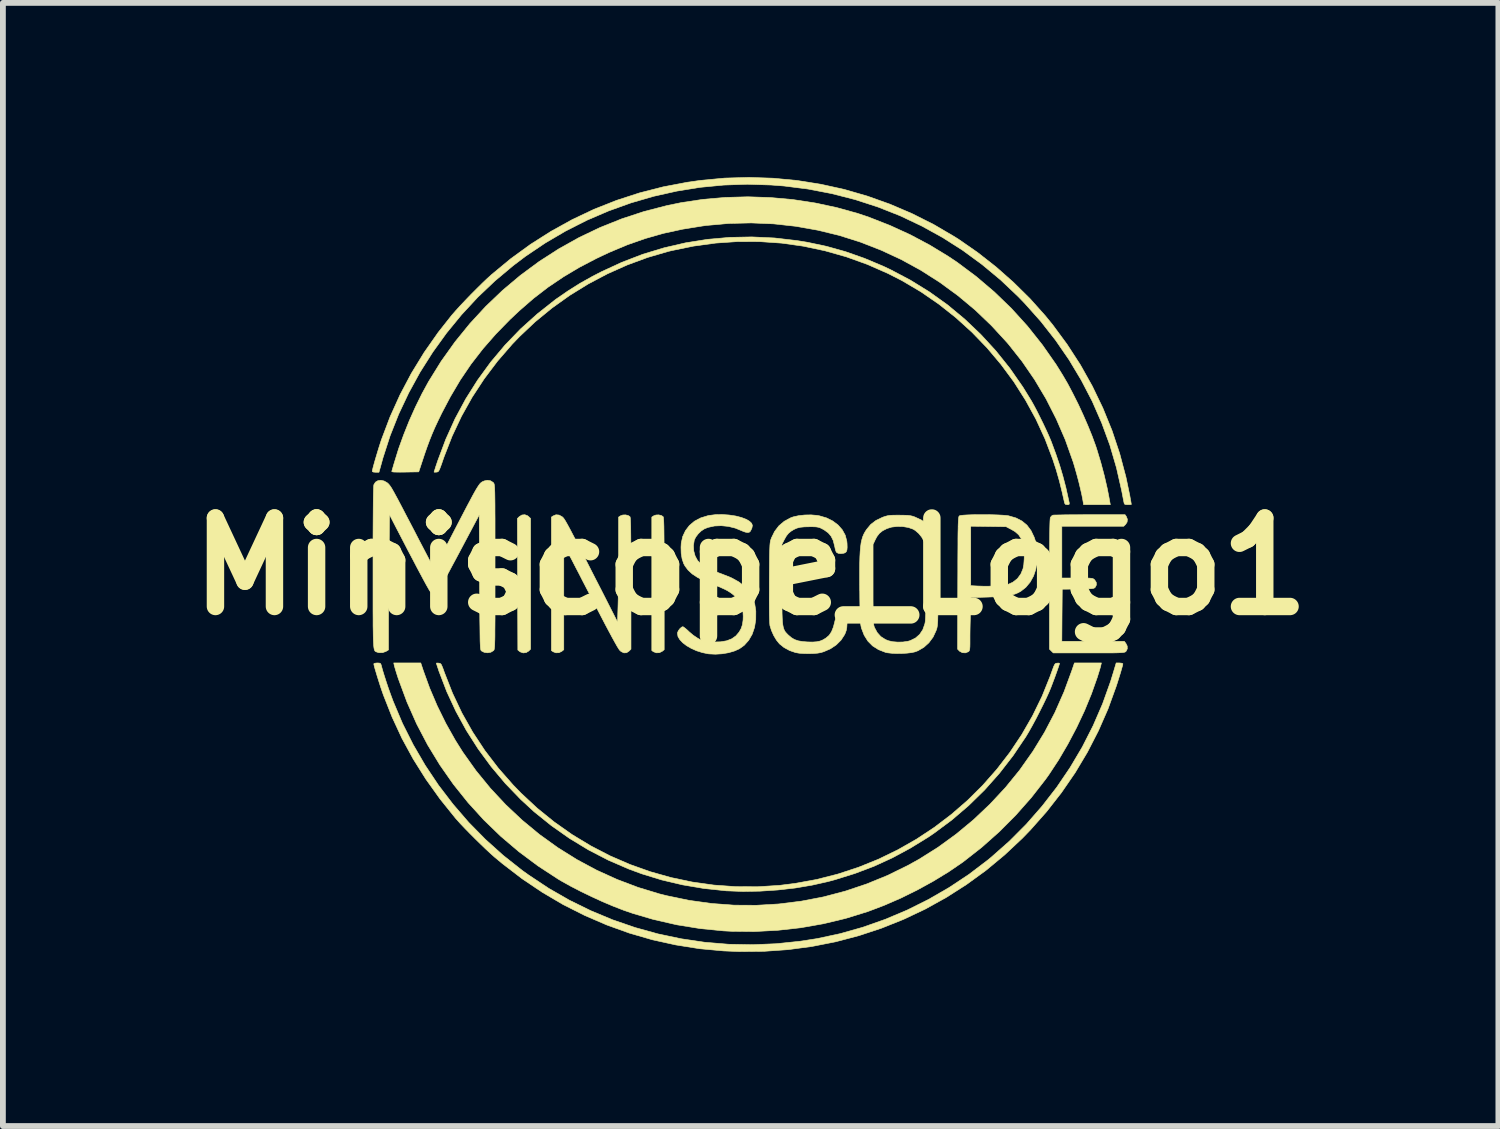
<source format=kicad_pcb>
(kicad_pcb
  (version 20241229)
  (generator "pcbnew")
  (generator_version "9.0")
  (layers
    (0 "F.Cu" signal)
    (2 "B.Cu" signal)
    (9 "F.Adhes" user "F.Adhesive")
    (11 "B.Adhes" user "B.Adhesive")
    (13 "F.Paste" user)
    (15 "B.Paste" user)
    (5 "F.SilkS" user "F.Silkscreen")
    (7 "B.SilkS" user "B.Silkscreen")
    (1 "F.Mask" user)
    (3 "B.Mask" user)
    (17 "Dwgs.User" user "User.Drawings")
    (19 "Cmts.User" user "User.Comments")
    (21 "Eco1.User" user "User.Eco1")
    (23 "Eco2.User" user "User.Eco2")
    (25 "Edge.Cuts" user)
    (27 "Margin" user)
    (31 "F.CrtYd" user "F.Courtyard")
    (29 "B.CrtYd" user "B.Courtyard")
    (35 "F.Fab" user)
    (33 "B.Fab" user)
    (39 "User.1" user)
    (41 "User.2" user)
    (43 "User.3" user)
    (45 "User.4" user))
  (footprint "Miniscope_Logo1"
    (layer "F.Cu")
    (at 9.877 6.705)
    (property "Reference" "Miniscope_Logo1" (at 0 0 0) (layer "F.SilkS") (effects (font (size 1.524 1.524) (thickness 0.3))))
    (attr through_hole)
    (fp_poly (pts (xy -3.841 -0.873) (xy -3.823 -0.858) (xy -3.79 -0.826) (xy -3.79 1.424) (xy -3.823 1.457) (xy -3.866 1.483) (xy -3.917 1.489) (xy -3.966 1.472) (xy -3.978 1.464) (xy -4.009 1.439) (xy -4.013 0.307) (xy -4.017 -0.825) (xy -3.984 -0.858) (xy -3.939 -0.886) (xy -3.889 -0.891) (xy -3.841 -0.873)) (stroke (width 0.01) (type solid)) (fill yes) (layer "F.SilkS"))
    (fp_poly (pts (xy -1.539 -0.878) (xy -1.509 -0.859) (xy -1.507 -0.856) (xy -1.503 -0.847) (xy -1.501 -0.828) (xy -1.498 -0.797) (xy -1.496 -0.753) (xy -1.494 -0.694) (xy -1.493 -0.62) (xy -1.492 -0.528) (xy -1.491 -0.417) (xy -1.49 -0.286) (xy -1.49 -0.133) (xy -1.49 0.043) (xy -1.489 0.244) (xy -1.489 0.301) (xy -1.489 1.434) (xy -1.524 1.462) (xy -1.572 1.485) (xy -1.625 1.487) (xy -1.672 1.469) (xy -1.673 1.469) (xy -1.702 1.448) (xy -1.702 -0.85) (xy -1.669 -0.872) (xy -1.63 -0.886) (xy -1.584 -0.888) (xy -1.539 -0.878)) (stroke (width 0.01) (type solid)) (fill yes) (layer "F.SilkS"))
    (fp_poly (pts (xy 6.469 -0.861) (xy 6.488 -0.813) (xy 6.483 -0.764) (xy 6.457 -0.724) (xy 6.424 -0.692) (xy 5.359 -0.692) (xy 5.359 0.199) (xy 5.626 0.199) (xy 5.716 0.2) (xy 5.784 0.2) (xy 5.833 0.201) (xy 5.867 0.204) (xy 5.889 0.208) (xy 5.905 0.215) (xy 5.917 0.224) (xy 5.925 0.232) (xy 5.952 0.275) (xy 5.954 0.319) (xy 5.934 0.358) (xy 5.925 0.367) (xy 5.913 0.374) (xy 5.895 0.379) (xy 5.866 0.383) (xy 5.823 0.385) (xy 5.762 0.387) (xy 5.68 0.388) (xy 5.639 0.389) (xy 5.366 0.392) (xy 5.362 0.841) (xy 5.359 1.29) (xy 6.435 1.29) (xy 6.462 1.325) (xy 6.485 1.371) (xy 6.486 1.419) (xy 6.466 1.459) (xy 6.463 1.463) (xy 6.456 1.469) (xy 6.447 1.474) (xy 6.434 1.478) (xy 6.413 1.482) (xy 6.384 1.484) (xy 6.343 1.486) (xy 6.289 1.488) (xy 6.218 1.489) (xy 6.128 1.489) (xy 6.018 1.489) (xy 5.885 1.489) (xy 5.824 1.489) (xy 5.212 1.489) (xy 5.179 1.457) (xy 5.146 1.424) (xy 5.146 0.307) (xy 5.147 0.088) (xy 5.147 -0.106) (xy 5.148 -0.275) (xy 5.149 -0.421) (xy 5.15 -0.543) (xy 5.151 -0.643) (xy 5.153 -0.722) (xy 5.155 -0.78) (xy 5.158 -0.82) (xy 5.161 -0.84) (xy 5.161 -0.843) (xy 5.183 -0.87) (xy 5.205 -0.883) (xy 5.223 -0.885) (xy 5.266 -0.886) (xy 5.33 -0.887) (xy 5.411 -0.889) (xy 5.509 -0.89) (xy 5.618 -0.89) (xy 5.738 -0.891) (xy 5.841 -0.891) (xy 6.448 -0.891) (xy 6.469 -0.861)) (stroke (width 0.01) (type solid)) (fill yes) (layer "F.SilkS"))
    (fp_poly (pts (xy -3.299 -0.885) (xy -3.246 -0.856) (xy -3.24 -0.851) (xy -3.233 -0.844) (xy -3.224 -0.835) (xy -3.215 -0.823) (xy -3.204 -0.806) (xy -3.19 -0.784) (xy -3.173 -0.754) (xy -3.152 -0.717) (xy -3.126 -0.669) (xy -3.095 -0.611) (xy -3.058 -0.54) (xy -3.014 -0.456) (xy -2.963 -0.357) (xy -2.904 -0.242) (xy -2.836 -0.11) (xy -2.759 0.042) (xy -2.672 0.213) (xy -2.573 0.405) (xy -2.483 0.582) (xy -2.292 0.958) (xy -2.283 0.656) (xy -2.281 0.576) (xy -2.279 0.474) (xy -2.278 0.356) (xy -2.276 0.224) (xy -2.275 0.085) (xy -2.274 -0.057) (xy -2.274 -0.197) (xy -2.274 -0.248) (xy -2.274 -0.85) (xy -2.241 -0.872) (xy -2.202 -0.886) (xy -2.156 -0.888) (xy -2.111 -0.878) (xy -2.08 -0.859) (xy -2.078 -0.856) (xy -2.075 -0.847) (xy -2.072 -0.828) (xy -2.07 -0.797) (xy -2.068 -0.753) (xy -2.066 -0.694) (xy -2.065 -0.62) (xy -2.064 -0.528) (xy -2.063 -0.417) (xy -2.062 -0.286) (xy -2.062 -0.132) (xy -2.061 0.044) (xy -2.061 0.245) (xy -2.061 0.296) (xy -2.061 1.424) (xy -2.094 1.457) (xy -2.137 1.486) (xy -2.183 1.488) (xy -2.231 1.465) (xy -2.258 1.44) (xy -2.274 1.416) (xy -2.302 1.371) (xy -2.339 1.305) (xy -2.386 1.22) (xy -2.44 1.119) (xy -2.503 1.001) (xy -2.571 0.87) (xy -2.629 0.758) (xy -2.697 0.628) (xy -2.764 0.496) (xy -2.831 0.367) (xy -2.895 0.244) (xy -2.953 0.13) (xy -3.006 0.029) (xy -3.05 -0.056) (xy -3.083 -0.121) (xy -3.086 -0.126) (xy -3.218 -0.379) (xy -3.218 0.528) (xy -3.218 1.434) (xy -3.253 1.462) (xy -3.301 1.485) (xy -3.354 1.487) (xy -3.401 1.469) (xy -3.401 1.469) (xy -3.431 1.448) (xy -3.431 -0.85) (xy -3.401 -0.87) (xy -3.352 -0.89) (xy -3.299 -0.885)) (stroke (width 0.01) (type solid)) (fill yes) (layer "F.SilkS"))
    (fp_poly (pts (xy 4.079 -0.892) (xy 4.172 -0.89) (xy 4.26 -0.887) (xy 4.337 -0.883) (xy 4.4 -0.878) (xy 4.444 -0.872) (xy 4.446 -0.871) (xy 4.57 -0.835) (xy 4.674 -0.781) (xy 4.759 -0.71) (xy 4.828 -0.618) (xy 4.882 -0.505) (xy 4.902 -0.445) (xy 4.913 -0.391) (xy 4.921 -0.317) (xy 4.926 -0.232) (xy 4.927 -0.144) (xy 4.924 -0.06) (xy 4.917 0.011) (xy 4.911 0.049) (xy 4.872 0.164) (xy 4.814 0.269) (xy 4.739 0.359) (xy 4.658 0.423) (xy 4.61 0.451) (xy 4.558 0.473) (xy 4.5 0.491) (xy 4.431 0.504) (xy 4.347 0.514) (xy 4.245 0.521) (xy 4.121 0.526) (xy 4.096 0.527) (xy 3.794 0.536) (xy 3.785 0.795) (xy 3.783 0.894) (xy 3.78 1) (xy 3.778 1.105) (xy 3.777 1.199) (xy 3.777 1.251) (xy 3.777 1.328) (xy 3.776 1.382) (xy 3.773 1.418) (xy 3.769 1.441) (xy 3.762 1.456) (xy 3.752 1.466) (xy 3.747 1.469) (xy 3.699 1.488) (xy 3.647 1.485) (xy 3.602 1.462) (xy 3.596 1.457) (xy 3.564 1.424) (xy 3.567 0.331) (xy 3.79 0.331) (xy 3.906 0.337) (xy 4.001 0.34) (xy 4.099 0.34) (xy 4.193 0.337) (xy 4.279 0.333) (xy 4.352 0.326) (xy 4.405 0.318) (xy 4.42 0.314) (xy 4.515 0.272) (xy 4.594 0.21) (xy 4.653 0.13) (xy 4.69 0.041) (xy 4.704 -0.032) (xy 4.711 -0.129) (xy 4.712 -0.18) (xy 4.707 -0.3) (xy 4.69 -0.399) (xy 4.659 -0.48) (xy 4.614 -0.547) (xy 4.552 -0.601) (xy 4.489 -0.638) (xy 4.398 -0.685) (xy 4.094 -0.689) (xy 3.79 -0.693) (xy 3.79 0.331) (xy 3.567 0.331) (xy 3.567 0.285) (xy 3.568 0.085) (xy 3.568 -0.09) (xy 3.569 -0.242) (xy 3.57 -0.373) (xy 3.57 -0.484) (xy 3.571 -0.576) (xy 3.573 -0.652) (xy 3.574 -0.714) (xy 3.576 -0.762) (xy 3.578 -0.798) (xy 3.58 -0.825) (xy 3.583 -0.844) (xy 3.586 -0.857) (xy 3.589 -0.865) (xy 3.594 -0.87) (xy 3.596 -0.872) (xy 3.618 -0.878) (xy 3.663 -0.883) (xy 3.726 -0.887) (xy 3.803 -0.89) (xy 3.89 -0.892) (xy 3.983 -0.892) (xy 4.079 -0.892)) (stroke (width 0.01) (type solid)) (fill yes) (layer "F.SilkS"))
    (fp_poly (pts (xy -5.638 1.792) (xy -5.528 2.095) (xy -5.397 2.402) (xy -5.249 2.703) (xy -5.086 2.993) (xy -4.957 3.198) (xy -4.73 3.517) (xy -4.483 3.819) (xy -4.218 4.103) (xy -3.935 4.369) (xy -3.636 4.616) (xy -3.322 4.842) (xy -2.994 5.047) (xy -2.653 5.23) (xy -2.301 5.39) (xy -1.939 5.527) (xy -1.567 5.64) (xy -1.446 5.67) (xy -1.062 5.75) (xy -0.674 5.804) (xy -0.286 5.833) (xy 0.103 5.835) (xy 0.489 5.812) (xy 0.873 5.764) (xy 1.253 5.691) (xy 1.628 5.592) (xy 1.995 5.469) (xy 2.355 5.322) (xy 2.706 5.15) (xy 2.899 5.043) (xy 3.225 4.838) (xy 3.539 4.61) (xy 3.838 4.362) (xy 4.121 4.094) (xy 4.386 3.81) (xy 4.629 3.512) (xy 4.64 3.497) (xy 4.862 3.182) (xy 5.062 2.855) (xy 5.24 2.515) (xy 5.397 2.159) (xy 5.532 1.792) (xy 5.576 1.662) (xy 6.04 1.662) (xy 6.03 1.706) (xy 6.023 1.735) (xy 6.009 1.783) (xy 5.99 1.843) (xy 5.97 1.909) (xy 5.969 1.911) (xy 5.869 2.194) (xy 5.75 2.484) (xy 5.613 2.775) (xy 5.463 3.059) (xy 5.303 3.332) (xy 5.135 3.587) (xy 5.077 3.668) (xy 4.832 3.982) (xy 4.565 4.284) (xy 4.28 4.57) (xy 3.978 4.838) (xy 3.664 5.084) (xy 3.655 5.091) (xy 3.411 5.258) (xy 3.147 5.419) (xy 2.869 5.572) (xy 2.583 5.713) (xy 2.295 5.838) (xy 2.012 5.945) (xy 2.008 5.946) (xy 1.636 6.061) (xy 1.253 6.153) (xy 0.861 6.222) (xy 0.465 6.266) (xy 0.068 6.287) (xy -0.328 6.283) (xy -0.465 6.276) (xy -0.869 6.236) (xy -1.272 6.171) (xy -1.674 6.079) (xy -2.028 5.975) (xy -2.188 5.92) (xy -2.363 5.852) (xy -2.548 5.774) (xy -2.735 5.688) (xy -2.92 5.599) (xy -3.096 5.508) (xy -3.256 5.419) (xy -3.315 5.384) (xy -3.661 5.158) (xy -3.99 4.913) (xy -4.301 4.649) (xy -4.594 4.366) (xy -4.867 4.066) (xy -5.12 3.75) (xy -5.352 3.418) (xy -5.563 3.072) (xy -5.752 2.711) (xy -5.918 2.336) (xy -6.061 1.95) (xy -6.069 1.928) (xy -6.091 1.86) (xy -6.111 1.796) (xy -6.126 1.745) (xy -6.136 1.711) (xy -6.137 1.706) (xy -6.146 1.662) (xy -5.681 1.662) (xy -5.638 1.792)) (stroke (width 0.01) (type solid)) (fill yes) (layer "F.SilkS"))
    (fp_poly (pts (xy -5.373 1.665) (xy -5.371 1.665) (xy -5.353 1.668) (xy -5.34 1.675) (xy -5.327 1.69) (xy -5.314 1.719) (xy -5.296 1.764) (xy -5.273 1.829) (xy -5.134 2.183) (xy -4.972 2.525) (xy -4.786 2.854) (xy -4.577 3.171) (xy -4.345 3.474) (xy -4.09 3.764) (xy -3.955 3.903) (xy -3.676 4.163) (xy -3.382 4.401) (xy -3.074 4.618) (xy -2.753 4.812) (xy -2.421 4.984) (xy -2.079 5.132) (xy -1.728 5.257) (xy -1.369 5.358) (xy -1.004 5.435) (xy -0.633 5.487) (xy -0.258 5.514) (xy 0.119 5.516) (xy 0.498 5.492) (xy 0.768 5.458) (xy 1.14 5.39) (xy 1.504 5.297) (xy 1.859 5.18) (xy 2.203 5.041) (xy 2.536 4.879) (xy 2.857 4.696) (xy 3.164 4.493) (xy 3.457 4.27) (xy 3.735 4.029) (xy 3.996 3.77) (xy 4.24 3.493) (xy 4.465 3.201) (xy 4.67 2.894) (xy 4.855 2.572) (xy 5.019 2.236) (xy 5.159 1.888) (xy 5.18 1.829) (xy 5.204 1.763) (xy 5.221 1.718) (xy 5.235 1.69) (xy 5.247 1.674) (xy 5.261 1.668) (xy 5.278 1.665) (xy 5.306 1.664) (xy 5.319 1.668) (xy 5.319 1.669) (xy 5.315 1.686) (xy 5.303 1.723) (xy 5.285 1.776) (xy 5.262 1.84) (xy 5.237 1.91) (xy 5.21 1.981) (xy 5.184 2.05) (xy 5.173 2.079) (xy 5.138 2.164) (xy 5.091 2.267) (xy 5.036 2.381) (xy 4.976 2.501) (xy 4.914 2.622) (xy 4.852 2.737) (xy 4.793 2.842) (xy 4.74 2.931) (xy 4.738 2.934) (xy 4.52 3.257) (xy 4.283 3.563) (xy 4.027 3.851) (xy 3.753 4.119) (xy 3.463 4.367) (xy 3.156 4.595) (xy 3.059 4.661) (xy 2.75 4.851) (xy 2.44 5.018) (xy 2.124 5.163) (xy 1.796 5.287) (xy 1.453 5.394) (xy 1.331 5.427) (xy 1.055 5.489) (xy 0.764 5.538) (xy 0.463 5.572) (xy 0.16 5.592) (xy -0.137 5.597) (xy -0.422 5.586) (xy -0.439 5.584) (xy -0.808 5.545) (xy -1.173 5.483) (xy -1.53 5.399) (xy -1.875 5.293) (xy -2.095 5.212) (xy -2.449 5.059) (xy -2.791 4.882) (xy -3.119 4.683) (xy -3.433 4.462) (xy -3.731 4.222) (xy -3.961 4.01) (xy -4.225 3.736) (xy -4.469 3.446) (xy -4.693 3.141) (xy -4.896 2.823) (xy -5.076 2.494) (xy -5.233 2.156) (xy -5.365 1.811) (xy -5.368 1.803) (xy -5.386 1.748) (xy -5.401 1.703) (xy -5.41 1.674) (xy -5.412 1.665) (xy -5.401 1.663) (xy -5.373 1.665)) (stroke (width 0.01) (type solid)) (fill yes) (layer "F.SilkS"))
    (fp_poly (pts (xy 0.407 -5.657) (xy 0.796 -5.612) (xy 0.971 -5.584) (xy 1.306 -5.513) (xy 1.634 -5.421) (xy 1.958 -5.307) (xy 2.284 -5.17) (xy 2.407 -5.112) (xy 2.75 -4.931) (xy 3.077 -4.729) (xy 3.389 -4.506) (xy 3.683 -4.262) (xy 3.961 -3.998) (xy 4.221 -3.715) (xy 4.464 -3.412) (xy 4.688 -3.09) (xy 4.834 -2.853) (xy 4.878 -2.774) (xy 4.928 -2.68) (xy 4.981 -2.574) (xy 5.035 -2.465) (xy 5.086 -2.357) (xy 5.131 -2.258) (xy 5.168 -2.172) (xy 5.18 -2.141) (xy 5.256 -1.936) (xy 5.321 -1.744) (xy 5.377 -1.555) (xy 5.428 -1.36) (xy 5.475 -1.149) (xy 5.487 -1.094) (xy 5.487 -1.073) (xy 5.472 -1.065) (xy 5.453 -1.064) (xy 5.422 -1.069) (xy 5.408 -1.089) (xy 5.406 -1.094) (xy 5.401 -1.118) (xy 5.391 -1.162) (xy 5.378 -1.219) (xy 5.365 -1.277) (xy 5.318 -1.468) (xy 5.261 -1.668) (xy 5.202 -1.848) (xy 5.069 -2.198) (xy 4.913 -2.537) (xy 4.733 -2.865) (xy 4.533 -3.18) (xy 4.311 -3.48) (xy 4.07 -3.766) (xy 3.81 -4.035) (xy 3.533 -4.286) (xy 3.24 -4.518) (xy 2.932 -4.73) (xy 2.609 -4.921) (xy 2.364 -5.046) (xy 2.009 -5.202) (xy 1.648 -5.332) (xy 1.281 -5.436) (xy 0.91 -5.515) (xy 0.535 -5.568) (xy 0.157 -5.594) (xy -0.222 -5.595) (xy -0.602 -5.569) (xy -0.982 -5.517) (xy -1.361 -5.439) (xy -1.42 -5.425) (xy -1.776 -5.321) (xy -2.126 -5.192) (xy -2.468 -5.039) (xy -2.799 -4.864) (xy -3.118 -4.667) (xy -3.423 -4.449) (xy -3.712 -4.212) (xy -3.982 -3.957) (xy -4.104 -3.83) (xy -4.359 -3.536) (xy -4.589 -3.231) (xy -4.796 -2.915) (xy -4.98 -2.586) (xy -5.141 -2.244) (xy -5.28 -1.888) (xy -5.294 -1.848) (xy -5.321 -1.769) (xy -5.342 -1.712) (xy -5.357 -1.673) (xy -5.37 -1.648) (xy -5.381 -1.634) (xy -5.393 -1.628) (xy -5.408 -1.625) (xy -5.411 -1.625) (xy -5.439 -1.623) (xy -5.452 -1.625) (xy -5.452 -1.625) (xy -5.448 -1.639) (xy -5.437 -1.673) (xy -5.421 -1.724) (xy -5.4 -1.786) (xy -5.388 -1.822) (xy -5.25 -2.19) (xy -5.09 -2.544) (xy -4.907 -2.884) (xy -4.702 -3.209) (xy -4.477 -3.518) (xy -4.23 -3.812) (xy -3.963 -4.089) (xy -3.675 -4.348) (xy -3.369 -4.59) (xy -3.349 -4.605) (xy -3.147 -4.744) (xy -2.941 -4.874) (xy -2.72 -4.998) (xy -2.57 -5.075) (xy -2.217 -5.238) (xy -1.858 -5.376) (xy -1.492 -5.487) (xy -1.121 -5.573) (xy -0.744 -5.633) (xy -0.364 -5.667) (xy 0.02 -5.675) (xy 0.407 -5.657)) (stroke (width 0.01) (type solid)) (fill yes) (layer "F.SilkS"))
    (fp_poly (pts (xy -0.372 -0.886) (xy -0.259 -0.869) (xy -0.158 -0.843) (xy -0.072 -0.81) (xy -0.018 -0.777) (xy 0.017 -0.743) (xy 0.03 -0.707) (xy 0.022 -0.662) (xy 0.012 -0.64) (xy -0.006 -0.605) (xy -0.025 -0.589) (xy -0.052 -0.585) (xy -0.053 -0.585) (xy -0.091 -0.591) (xy -0.135 -0.607) (xy -0.149 -0.613) (xy -0.263 -0.66) (xy -0.384 -0.69) (xy -0.506 -0.702) (xy -0.624 -0.697) (xy -0.733 -0.673) (xy -0.796 -0.648) (xy -0.851 -0.612) (xy -0.902 -0.563) (xy -0.944 -0.508) (xy -0.97 -0.457) (xy -0.971 -0.454) (xy -0.985 -0.36) (xy -0.98 -0.267) (xy -0.956 -0.18) (xy -0.915 -0.104) (xy -0.869 -0.055) (xy -0.817 -0.018) (xy -0.745 0.022) (xy -0.659 0.064) (xy -0.563 0.105) (xy -0.485 0.134) (xy -0.335 0.194) (xy -0.208 0.263) (xy -0.106 0.341) (xy -0.026 0.429) (xy 0.032 0.529) (xy 0.07 0.641) (xy 0.089 0.767) (xy 0.089 0.771) (xy 0.088 0.916) (xy 0.067 1.049) (xy 0.026 1.168) (xy -0.034 1.272) (xy -0.111 1.358) (xy -0.193 1.417) (xy -0.277 1.455) (xy -0.379 1.485) (xy -0.49 1.504) (xy -0.605 1.511) (xy -0.714 1.506) (xy -0.732 1.504) (xy -0.833 1.483) (xy -0.931 1.452) (xy -1.021 1.412) (xy -1.101 1.366) (xy -1.168 1.315) (xy -1.219 1.261) (xy -1.251 1.208) (xy -1.26 1.155) (xy -1.258 1.136) (xy -1.242 1.103) (xy -1.217 1.07) (xy -1.188 1.045) (xy -1.167 1.037) (xy -1.151 1.046) (xy -1.121 1.069) (xy -1.082 1.103) (xy -1.063 1.122) (xy -0.99 1.184) (xy -0.914 1.235) (xy -0.884 1.251) (xy -0.841 1.272) (xy -0.804 1.285) (xy -0.767 1.293) (xy -0.72 1.298) (xy -0.657 1.301) (xy -0.643 1.301) (xy -0.518 1.298) (xy -0.412 1.28) (xy -0.325 1.246) (xy -0.254 1.196) (xy -0.198 1.13) (xy -0.163 1.068) (xy -0.141 1.001) (xy -0.13 0.922) (xy -0.128 0.858) (xy -0.133 0.762) (xy -0.15 0.683) (xy -0.184 0.614) (xy -0.235 0.548) (xy -0.258 0.524) (xy -0.302 0.484) (xy -0.349 0.449) (xy -0.403 0.415) (xy -0.47 0.382) (xy -0.553 0.346) (xy -0.657 0.306) (xy -0.665 0.303) (xy -0.803 0.246) (xy -0.916 0.188) (xy -1.007 0.128) (xy -1.078 0.062) (xy -1.131 -0.009) (xy -1.153 -0.049) (xy -1.18 -0.129) (xy -1.196 -0.226) (xy -1.199 -0.332) (xy -1.195 -0.402) (xy -1.17 -0.515) (xy -1.122 -0.617) (xy -1.054 -0.706) (xy -0.966 -0.78) (xy -0.86 -0.836) (xy -0.74 -0.873) (xy -0.717 -0.878) (xy -0.606 -0.892) (xy -0.489 -0.894) (xy -0.372 -0.886)) (stroke (width 0.01) (type solid)) (fill yes) (layer "F.SilkS"))
    (fp_poly (pts (xy 0.341 -6.353) (xy 0.728 -6.318) (xy 1.109 -6.26) (xy 1.483 -6.18) (xy 1.846 -6.079) (xy 2.041 -6.013) (xy 2.398 -5.873) (xy 2.746 -5.714) (xy 3.081 -5.536) (xy 3.399 -5.343) (xy 3.552 -5.241) (xy 3.883 -4.994) (xy 4.196 -4.728) (xy 4.491 -4.443) (xy 4.767 -4.139) (xy 5.023 -3.817) (xy 5.26 -3.478) (xy 5.37 -3.301) (xy 5.459 -3.149) (xy 5.549 -2.978) (xy 5.64 -2.797) (xy 5.727 -2.609) (xy 5.808 -2.423) (xy 5.881 -2.243) (xy 5.942 -2.076) (xy 5.962 -2.015) (xy 6.03 -1.79) (xy 6.09 -1.565) (xy 6.14 -1.348) (xy 6.169 -1.201) (xy 6.194 -1.064) (xy 5.734 -1.064) (xy 5.719 -1.154) (xy 5.702 -1.24) (xy 5.678 -1.345) (xy 5.65 -1.461) (xy 5.618 -1.581) (xy 5.585 -1.698) (xy 5.553 -1.805) (xy 5.55 -1.812) (xy 5.419 -2.181) (xy 5.264 -2.539) (xy 5.088 -2.885) (xy 4.891 -3.216) (xy 4.674 -3.532) (xy 4.438 -3.83) (xy 4.415 -3.857) (xy 4.148 -4.147) (xy 3.865 -4.418) (xy 3.566 -4.667) (xy 3.254 -4.895) (xy 2.929 -5.102) (xy 2.593 -5.286) (xy 2.246 -5.447) (xy 1.89 -5.586) (xy 1.526 -5.701) (xy 1.155 -5.791) (xy 0.778 -5.858) (xy 0.396 -5.9) (xy 0.01 -5.916) (xy -0.378 -5.907) (xy -0.768 -5.872) (xy -0.831 -5.863) (xy -1.173 -5.808) (xy -1.5 -5.737) (xy -1.816 -5.647) (xy -2.127 -5.538) (xy -2.439 -5.407) (xy -2.653 -5.306) (xy -2.95 -5.151) (xy -3.225 -4.987) (xy -3.486 -4.811) (xy -3.736 -4.619) (xy -3.981 -4.406) (xy -4.141 -4.256) (xy -4.388 -4.003) (xy -4.611 -3.748) (xy -4.814 -3.486) (xy -5 -3.212) (xy -5.171 -2.923) (xy -5.32 -2.64) (xy -5.385 -2.506) (xy -5.44 -2.388) (xy -5.487 -2.279) (xy -5.53 -2.171) (xy -5.572 -2.058) (xy -5.616 -1.932) (xy -5.639 -1.862) (xy -5.716 -1.629) (xy -5.951 -1.625) (xy -6.039 -1.624) (xy -6.102 -1.625) (xy -6.145 -1.626) (xy -6.17 -1.63) (xy -6.18 -1.635) (xy -6.18 -1.639) (xy -6.174 -1.658) (xy -6.163 -1.697) (xy -6.148 -1.749) (xy -6.132 -1.802) (xy -6.062 -2.028) (xy -5.976 -2.266) (xy -5.879 -2.509) (xy -5.772 -2.748) (xy -5.659 -2.977) (xy -5.546 -3.184) (xy -5.329 -3.534) (xy -5.092 -3.866) (xy -4.836 -4.181) (xy -4.563 -4.477) (xy -4.272 -4.755) (xy -3.965 -5.013) (xy -3.643 -5.251) (xy -3.306 -5.468) (xy -2.957 -5.663) (xy -2.595 -5.836) (xy -2.221 -5.986) (xy -1.838 -6.112) (xy -1.444 -6.214) (xy -1.197 -6.265) (xy -0.82 -6.322) (xy -0.436 -6.355) (xy -0.048 -6.366) (xy 0.341 -6.353)) (stroke (width 0.01) (type solid)) (fill yes) (layer "F.SilkS"))
    (fp_poly (pts (xy 6.39 1.666) (xy 6.409 1.674) (xy 6.41 1.677) (xy 6.406 1.701) (xy 6.393 1.748) (xy 6.374 1.814) (xy 6.348 1.899) (xy 6.317 1.998) (xy 6.294 2.068) (xy 6.154 2.454) (xy 5.989 2.83) (xy 5.801 3.196) (xy 5.589 3.551) (xy 5.354 3.893) (xy 5.098 4.221) (xy 4.821 4.534) (xy 4.68 4.68) (xy 4.373 4.968) (xy 4.051 5.235) (xy 3.715 5.479) (xy 3.367 5.701) (xy 3.006 5.901) (xy 2.634 6.077) (xy 2.252 6.23) (xy 1.861 6.359) (xy 1.462 6.464) (xy 1.056 6.544) (xy 0.644 6.599) (xy 0.227 6.628) (xy -0.194 6.632) (xy -0.465 6.621) (xy -0.879 6.583) (xy -1.288 6.518) (xy -1.692 6.429) (xy -2.089 6.314) (xy -2.478 6.174) (xy -2.858 6.01) (xy -3.229 5.823) (xy -3.589 5.611) (xy -3.937 5.377) (xy -4.272 5.12) (xy -4.415 5.001) (xy -4.483 4.94) (xy -4.563 4.866) (xy -4.651 4.781) (xy -4.743 4.691) (xy -4.834 4.6) (xy -4.92 4.512) (xy -4.997 4.431) (xy -5.06 4.361) (xy -5.083 4.335) (xy -5.35 4.003) (xy -5.593 3.663) (xy -5.811 3.316) (xy -6.005 2.96) (xy -6.175 2.593) (xy -6.324 2.215) (xy -6.352 2.135) (xy -6.378 2.057) (xy -6.404 1.976) (xy -6.429 1.897) (xy -6.451 1.823) (xy -6.47 1.76) (xy -6.483 1.711) (xy -6.489 1.682) (xy -6.49 1.677) (xy -6.478 1.668) (xy -6.446 1.663) (xy -6.43 1.662) (xy -6.393 1.664) (xy -6.374 1.672) (xy -6.363 1.695) (xy -6.357 1.719) (xy -6.336 1.795) (xy -6.307 1.889) (xy -6.273 1.995) (xy -6.236 2.105) (xy -6.197 2.213) (xy -6.16 2.313) (xy -6.157 2.321) (xy -5.997 2.7) (xy -5.812 3.068) (xy -5.605 3.424) (xy -5.376 3.767) (xy -5.126 4.094) (xy -4.857 4.406) (xy -4.568 4.7) (xy -4.261 4.976) (xy -3.936 5.233) (xy -3.823 5.314) (xy -3.478 5.543) (xy -3.121 5.748) (xy -2.752 5.929) (xy -2.375 6.086) (xy -1.988 6.219) (xy -1.595 6.328) (xy -1.195 6.412) (xy -0.79 6.472) (xy -0.382 6.506) (xy 0.029 6.514) (xy 0.442 6.497) (xy 0.855 6.454) (xy 1.144 6.409) (xy 1.541 6.324) (xy 1.933 6.213) (xy 2.318 6.077) (xy 2.695 5.918) (xy 3.062 5.735) (xy 3.417 5.53) (xy 3.758 5.304) (xy 4.083 5.057) (xy 4.145 5.006) (xy 4.456 4.731) (xy 4.748 4.438) (xy 5.02 4.127) (xy 5.272 3.802) (xy 5.503 3.461) (xy 5.712 3.108) (xy 5.898 2.742) (xy 6.061 2.365) (xy 6.199 1.979) (xy 6.24 1.846) (xy 6.295 1.662) (xy 6.353 1.662) (xy 6.39 1.666)) (stroke (width 0.01) (type solid)) (fill yes) (layer "F.SilkS"))
    (fp_poly (pts (xy 0.387 -6.686) (xy 0.799 -6.647) (xy 1.208 -6.582) (xy 1.612 -6.493) (xy 2.009 -6.378) (xy 2.399 -6.239) (xy 2.78 -6.076) (xy 3.15 -5.89) (xy 3.51 -5.679) (xy 3.586 -5.631) (xy 3.91 -5.406) (xy 4.225 -5.159) (xy 4.525 -4.894) (xy 4.809 -4.614) (xy 5.072 -4.32) (xy 5.201 -4.162) (xy 5.451 -3.823) (xy 5.679 -3.471) (xy 5.884 -3.105) (xy 6.065 -2.729) (xy 6.223 -2.341) (xy 6.355 -1.945) (xy 6.463 -1.539) (xy 6.53 -1.218) (xy 6.54 -1.159) (xy 6.549 -1.111) (xy 6.554 -1.079) (xy 6.556 -1.068) (xy 6.544 -1.066) (xy 6.514 -1.064) (xy 6.497 -1.064) (xy 6.459 -1.066) (xy 6.439 -1.074) (xy 6.431 -1.092) (xy 6.431 -1.094) (xy 6.426 -1.118) (xy 6.417 -1.162) (xy 6.406 -1.22) (xy 6.393 -1.287) (xy 6.39 -1.303) (xy 6.3 -1.7) (xy 6.186 -2.09) (xy 6.046 -2.471) (xy 5.883 -2.844) (xy 5.695 -3.206) (xy 5.485 -3.557) (xy 5.252 -3.895) (xy 4.998 -4.219) (xy 4.722 -4.529) (xy 4.609 -4.646) (xy 4.305 -4.934) (xy 3.985 -5.2) (xy 3.652 -5.444) (xy 3.305 -5.665) (xy 2.946 -5.863) (xy 2.575 -6.039) (xy 2.193 -6.19) (xy 1.802 -6.317) (xy 1.401 -6.42) (xy 0.992 -6.499) (xy 0.576 -6.552) (xy 0.353 -6.569) (xy -0.056 -6.582) (xy -0.463 -6.568) (xy -0.869 -6.529) (xy -1.271 -6.464) (xy -1.669 -6.375) (xy -2.061 -6.261) (xy -2.445 -6.123) (xy -2.82 -5.962) (xy -3.185 -5.777) (xy -3.538 -5.57) (xy -3.878 -5.341) (xy -4.089 -5.181) (xy -4.403 -4.918) (xy -4.7 -4.636) (xy -4.978 -4.336) (xy -5.237 -4.02) (xy -5.475 -3.69) (xy -5.693 -3.346) (xy -5.888 -2.99) (xy -6.061 -2.624) (xy -6.21 -2.248) (xy -6.334 -1.864) (xy -6.351 -1.801) (xy -6.401 -1.622) (xy -6.458 -1.622) (xy -6.499 -1.626) (xy -6.516 -1.636) (xy -6.516 -1.641) (xy -6.512 -1.663) (xy -6.502 -1.705) (xy -6.486 -1.764) (xy -6.466 -1.835) (xy -6.443 -1.912) (xy -6.419 -1.992) (xy -6.395 -2.07) (xy -6.372 -2.141) (xy -6.359 -2.181) (xy -6.21 -2.575) (xy -6.038 -2.956) (xy -5.843 -3.325) (xy -5.624 -3.683) (xy -5.381 -4.03) (xy -5.145 -4.329) (xy -5.081 -4.402) (xy -5.002 -4.489) (xy -4.912 -4.584) (xy -4.816 -4.684) (xy -4.718 -4.782) (xy -4.623 -4.876) (xy -4.535 -4.96) (xy -4.462 -5.026) (xy -4.133 -5.298) (xy -3.792 -5.546) (xy -3.438 -5.771) (xy -3.073 -5.973) (xy -2.697 -6.151) (xy -2.31 -6.304) (xy -1.913 -6.433) (xy -1.507 -6.537) (xy -1.093 -6.616) (xy -0.861 -6.649) (xy -0.445 -6.688) (xy -0.028 -6.7) (xy 0.387 -6.686)) (stroke (width 0.01) (type solid)) (fill yes) (layer "F.SilkS"))
    (fp_poly (pts (xy 1.144 -0.879) (xy 1.184 -0.872) (xy 1.307 -0.836) (xy 1.415 -0.782) (xy 1.506 -0.713) (xy 1.578 -0.631) (xy 1.629 -0.538) (xy 1.656 -0.435) (xy 1.66 -0.396) (xy 1.662 -0.329) (xy 1.658 -0.283) (xy 1.647 -0.254) (xy 1.626 -0.236) (xy 1.604 -0.228) (xy 1.552 -0.221) (xy 1.507 -0.227) (xy 1.477 -0.245) (xy 1.467 -0.266) (xy 1.456 -0.305) (xy 1.446 -0.353) (xy 1.445 -0.355) (xy 1.422 -0.447) (xy 1.386 -0.52) (xy 1.336 -0.579) (xy 1.265 -0.63) (xy 1.223 -0.653) (xy 1.193 -0.667) (xy 1.162 -0.676) (xy 1.124 -0.682) (xy 1.071 -0.684) (xy 1.017 -0.684) (xy 0.926 -0.682) (xy 0.855 -0.675) (xy 0.796 -0.66) (xy 0.743 -0.636) (xy 0.696 -0.607) (xy 0.652 -0.571) (xy 0.616 -0.526) (xy 0.585 -0.472) (xy 0.539 -0.382) (xy 0.539 0.298) (xy 0.539 0.461) (xy 0.539 0.599) (xy 0.54 0.715) (xy 0.541 0.812) (xy 0.544 0.891) (xy 0.548 0.955) (xy 0.554 1.006) (xy 0.562 1.047) (xy 0.572 1.079) (xy 0.584 1.106) (xy 0.599 1.129) (xy 0.618 1.15) (xy 0.639 1.172) (xy 0.645 1.178) (xy 0.699 1.225) (xy 0.756 1.259) (xy 0.821 1.281) (xy 0.9 1.294) (xy 0.977 1.3) (xy 1.067 1.302) (xy 1.138 1.297) (xy 1.195 1.285) (xy 1.246 1.264) (xy 1.297 1.233) (xy 1.352 1.186) (xy 1.393 1.124) (xy 1.425 1.044) (xy 1.444 0.97) (xy 1.461 0.902) (xy 1.484 0.858) (xy 1.513 0.833) (xy 1.554 0.825) (xy 1.561 0.825) (xy 1.602 0.831) (xy 1.634 0.846) (xy 1.649 0.858) (xy 1.658 0.874) (xy 1.662 0.899) (xy 1.662 0.939) (xy 1.66 0.982) (xy 1.656 1.049) (xy 1.647 1.099) (xy 1.631 1.145) (xy 1.618 1.174) (xy 1.557 1.268) (xy 1.475 1.35) (xy 1.374 1.418) (xy 1.259 1.468) (xy 1.21 1.483) (xy 1.154 1.493) (xy 1.08 1.499) (xy 0.997 1.501) (xy 0.913 1.499) (xy 0.837 1.494) (xy 0.778 1.484) (xy 0.776 1.484) (xy 0.671 1.448) (xy 0.574 1.395) (xy 0.497 1.333) (xy 0.445 1.269) (xy 0.397 1.189) (xy 0.358 1.101) (xy 0.332 1.017) (xy 0.332 1.017) (xy 0.329 0.984) (xy 0.326 0.924) (xy 0.323 0.837) (xy 0.322 0.724) (xy 0.321 0.585) (xy 0.322 0.419) (xy 0.322 0.271) (xy 0.323 0.12) (xy 0.324 -0.008) (xy 0.325 -0.113) (xy 0.326 -0.2) (xy 0.328 -0.269) (xy 0.33 -0.324) (xy 0.332 -0.367) (xy 0.335 -0.4) (xy 0.339 -0.426) (xy 0.343 -0.447) (xy 0.349 -0.466) (xy 0.356 -0.484) (xy 0.357 -0.489) (xy 0.413 -0.603) (xy 0.487 -0.7) (xy 0.579 -0.778) (xy 0.686 -0.836) (xy 0.731 -0.853) (xy 0.824 -0.874) (xy 0.931 -0.886) (xy 1.041 -0.888) (xy 1.144 -0.879)) (stroke (width 0.01) (type solid)) (fill yes) (layer "F.SilkS"))
    (fp_poly (pts (xy 2.64 -0.882) (xy 2.699 -0.88) (xy 2.745 -0.875) (xy 2.783 -0.867) (xy 2.819 -0.855) (xy 2.825 -0.853) (xy 2.943 -0.798) (xy 3.04 -0.728) (xy 3.117 -0.642) (xy 3.174 -0.537) (xy 3.212 -0.418) (xy 3.217 -0.394) (xy 3.221 -0.365) (xy 3.224 -0.329) (xy 3.226 -0.282) (xy 3.228 -0.224) (xy 3.229 -0.151) (xy 3.23 -0.061) (xy 3.23 0.049) (xy 3.23 0.18) (xy 3.229 0.335) (xy 3.229 0.344) (xy 3.228 0.495) (xy 3.227 0.622) (xy 3.226 0.727) (xy 3.225 0.813) (xy 3.223 0.882) (xy 3.222 0.937) (xy 3.219 0.98) (xy 3.216 1.013) (xy 3.212 1.04) (xy 3.208 1.061) (xy 3.202 1.081) (xy 3.195 1.1) (xy 3.194 1.104) (xy 3.142 1.216) (xy 3.07 1.313) (xy 2.983 1.392) (xy 2.882 1.451) (xy 2.829 1.471) (xy 2.77 1.484) (xy 2.692 1.493) (xy 2.605 1.498) (xy 2.515 1.499) (xy 2.43 1.495) (xy 2.358 1.487) (xy 2.321 1.479) (xy 2.201 1.432) (xy 2.1 1.368) (xy 2.019 1.286) (xy 1.955 1.184) (xy 1.908 1.062) (xy 1.906 1.054) (xy 1.901 1.031) (xy 1.896 1.002) (xy 1.892 0.965) (xy 1.889 0.917) (xy 1.886 0.856) (xy 1.884 0.779) (xy 1.882 0.683) (xy 1.88 0.566) (xy 1.879 0.425) (xy 1.878 0.41) (xy 1.877 0.233) (xy 1.877 0.08) (xy 1.878 -0.051) (xy 1.881 -0.163) (xy 1.886 -0.257) (xy 1.893 -0.337) (xy 1.899 -0.379) (xy 2.108 -0.379) (xy 2.108 0.306) (xy 2.108 0.46) (xy 2.108 0.589) (xy 2.109 0.696) (xy 2.109 0.784) (xy 2.11 0.855) (xy 2.112 0.91) (xy 2.114 0.953) (xy 2.117 0.985) (xy 2.121 1.01) (xy 2.125 1.029) (xy 2.13 1.044) (xy 2.132 1.05) (xy 2.18 1.139) (xy 2.242 1.208) (xy 2.322 1.259) (xy 2.372 1.279) (xy 2.445 1.296) (xy 2.533 1.303) (xy 2.624 1.301) (xy 2.707 1.289) (xy 2.747 1.278) (xy 2.839 1.233) (xy 2.911 1.17) (xy 2.965 1.089) (xy 3 0.989) (xy 3.005 0.964) (xy 3.009 0.93) (xy 3.012 0.876) (xy 3.015 0.799) (xy 3.016 0.7) (xy 3.017 0.577) (xy 3.017 0.429) (xy 3.016 0.259) (xy 3.015 0.114) (xy 3.014 -0.007) (xy 3.013 -0.107) (xy 3.012 -0.187) (xy 3.01 -0.251) (xy 3.008 -0.301) (xy 3.006 -0.34) (xy 3.002 -0.369) (xy 2.998 -0.392) (xy 2.993 -0.411) (xy 2.987 -0.428) (xy 2.982 -0.439) (xy 2.946 -0.505) (xy 2.895 -0.568) (xy 2.836 -0.619) (xy 2.799 -0.642) (xy 2.717 -0.671) (xy 2.622 -0.687) (xy 2.523 -0.689) (xy 2.428 -0.678) (xy 2.348 -0.653) (xy 2.273 -0.615) (xy 2.218 -0.571) (xy 2.175 -0.515) (xy 2.149 -0.467) (xy 2.108 -0.379) (xy 1.899 -0.379) (xy 1.902 -0.405) (xy 1.915 -0.462) (xy 1.93 -0.512) (xy 1.949 -0.557) (xy 1.972 -0.599) (xy 1.996 -0.636) (xy 2.068 -0.723) (xy 2.158 -0.792) (xy 2.268 -0.845) (xy 2.278 -0.849) (xy 2.319 -0.863) (xy 2.357 -0.873) (xy 2.396 -0.879) (xy 2.444 -0.882) (xy 2.508 -0.883) (xy 2.56 -0.883) (xy 2.64 -0.882)) (stroke (width 0.01) (type solid)) (fill yes) (layer "F.SilkS"))
    (fp_poly (pts (xy -6.313 -1.472) (xy -6.26 -1.442) (xy -6.237 -1.422) (xy -6.227 -1.41) (xy -6.215 -1.396) (xy -6.203 -1.378) (xy -6.187 -1.355) (xy -6.169 -1.324) (xy -6.146 -1.284) (xy -6.119 -1.234) (xy -6.085 -1.172) (xy -6.045 -1.096) (xy -5.997 -1.005) (xy -5.941 -0.897) (xy -5.875 -0.771) (xy -5.798 -0.624) (xy -5.711 -0.455) (xy -5.699 -0.432) (xy -5.646 -0.331) (xy -5.597 -0.237) (xy -5.553 -0.153) (xy -5.516 -0.082) (xy -5.486 -0.026) (xy -5.465 0.012) (xy -5.455 0.029) (xy -5.454 0.03) (xy -5.446 0.021) (xy -5.428 -0.01) (xy -5.399 -0.06) (xy -5.362 -0.126) (xy -5.319 -0.207) (xy -5.269 -0.3) (xy -5.215 -0.402) (xy -5.173 -0.482) (xy -5.084 -0.654) (xy -5.006 -0.804) (xy -4.939 -0.933) (xy -4.881 -1.044) (xy -4.831 -1.137) (xy -4.79 -1.215) (xy -4.755 -1.278) (xy -4.726 -1.329) (xy -4.701 -1.369) (xy -4.681 -1.399) (xy -4.664 -1.422) (xy -4.649 -1.438) (xy -4.635 -1.449) (xy -4.622 -1.458) (xy -4.608 -1.464) (xy -4.592 -1.471) (xy -4.591 -1.472) (xy -4.535 -1.484) (xy -4.481 -1.476) (xy -4.437 -1.449) (xy -4.428 -1.44) (xy -4.424 -1.434) (xy -4.42 -1.427) (xy -4.417 -1.417) (xy -4.414 -1.402) (xy -4.412 -1.382) (xy -4.409 -1.354) (xy -4.408 -1.317) (xy -4.406 -1.269) (xy -4.405 -1.21) (xy -4.404 -1.137) (xy -4.403 -1.049) (xy -4.403 -0.944) (xy -4.402 -0.821) (xy -4.402 -0.679) (xy -4.402 -0.515) (xy -4.402 -0.329) (xy -4.402 -0.118) (xy -4.402 0.008) (xy -4.402 0.233) (xy -4.402 0.433) (xy -4.402 0.608) (xy -4.402 0.762) (xy -4.402 0.896) (xy -4.403 1.01) (xy -4.404 1.107) (xy -4.404 1.188) (xy -4.405 1.254) (xy -4.407 1.308) (xy -4.408 1.35) (xy -4.41 1.382) (xy -4.413 1.405) (xy -4.415 1.422) (xy -4.418 1.434) (xy -4.422 1.441) (xy -4.426 1.447) (xy -4.428 1.449) (xy -4.474 1.477) (xy -4.53 1.487) (xy -4.588 1.479) (xy -4.635 1.455) (xy -4.639 1.451) (xy -4.643 1.446) (xy -4.647 1.436) (xy -4.65 1.422) (xy -4.653 1.402) (xy -4.655 1.373) (xy -4.657 1.333) (xy -4.659 1.283) (xy -4.66 1.218) (xy -4.661 1.139) (xy -4.662 1.043) (xy -4.664 0.929) (xy -4.665 0.795) (xy -4.666 0.638) (xy -4.667 0.459) (xy -4.668 0.273) (xy -4.674 -0.888) (xy -5.019 -0.238) (xy -5.084 -0.116) (xy -5.146 -0.001) (xy -5.203 0.106) (xy -5.255 0.201) (xy -5.3 0.283) (xy -5.337 0.35) (xy -5.365 0.399) (xy -5.383 0.427) (xy -5.388 0.434) (xy -5.426 0.453) (xy -5.471 0.454) (xy -5.511 0.438) (xy -5.518 0.431) (xy -5.531 0.413) (xy -5.555 0.371) (xy -5.59 0.309) (xy -5.635 0.226) (xy -5.689 0.125) (xy -5.753 0.005) (xy -5.824 -0.131) (xy -5.904 -0.282) (xy -5.99 -0.448) (xy -6.083 -0.627) (xy -6.094 -0.648) (xy -6.219 -0.891) (xy -6.228 -0.071) (xy -6.23 0.087) (xy -6.231 0.247) (xy -6.233 0.405) (xy -6.234 0.558) (xy -6.235 0.702) (xy -6.236 0.833) (xy -6.237 0.948) (xy -6.237 1.042) (xy -6.237 1.093) (xy -6.237 1.437) (xy -6.28 1.463) (xy -6.341 1.485) (xy -6.405 1.484) (xy -6.432 1.476) (xy -6.443 1.472) (xy -6.453 1.468) (xy -6.462 1.463) (xy -6.47 1.456) (xy -6.476 1.444) (xy -6.482 1.427) (xy -6.487 1.402) (xy -6.491 1.369) (xy -6.494 1.325) (xy -6.497 1.27) (xy -6.499 1.202) (xy -6.5 1.119) (xy -6.502 1.02) (xy -6.502 0.903) (xy -6.503 0.767) (xy -6.503 0.61) (xy -6.503 0.431) (xy -6.503 0.229) (xy -6.503 0.019) (xy -6.503 -0.225) (xy -6.503 -0.444) (xy -6.502 -0.637) (xy -6.501 -0.807) (xy -6.5 -0.954) (xy -6.499 -1.079) (xy -6.498 -1.182) (xy -6.496 -1.265) (xy -6.494 -1.328) (xy -6.492 -1.373) (xy -6.49 -1.4) (xy -6.488 -1.409) (xy -6.461 -1.452) (xy -6.419 -1.477) (xy -6.368 -1.484) (xy -6.313 -1.472)) (stroke (width 0.01) (type solid)) (fill yes) (layer "F.SilkS")))
  (gr_rect
    (start -3 -3)
    (end 22.754 16.342)
    (stroke (width 0.1) (type default))
    (fill no)
    (layer "Edge.Cuts")))
</source>
